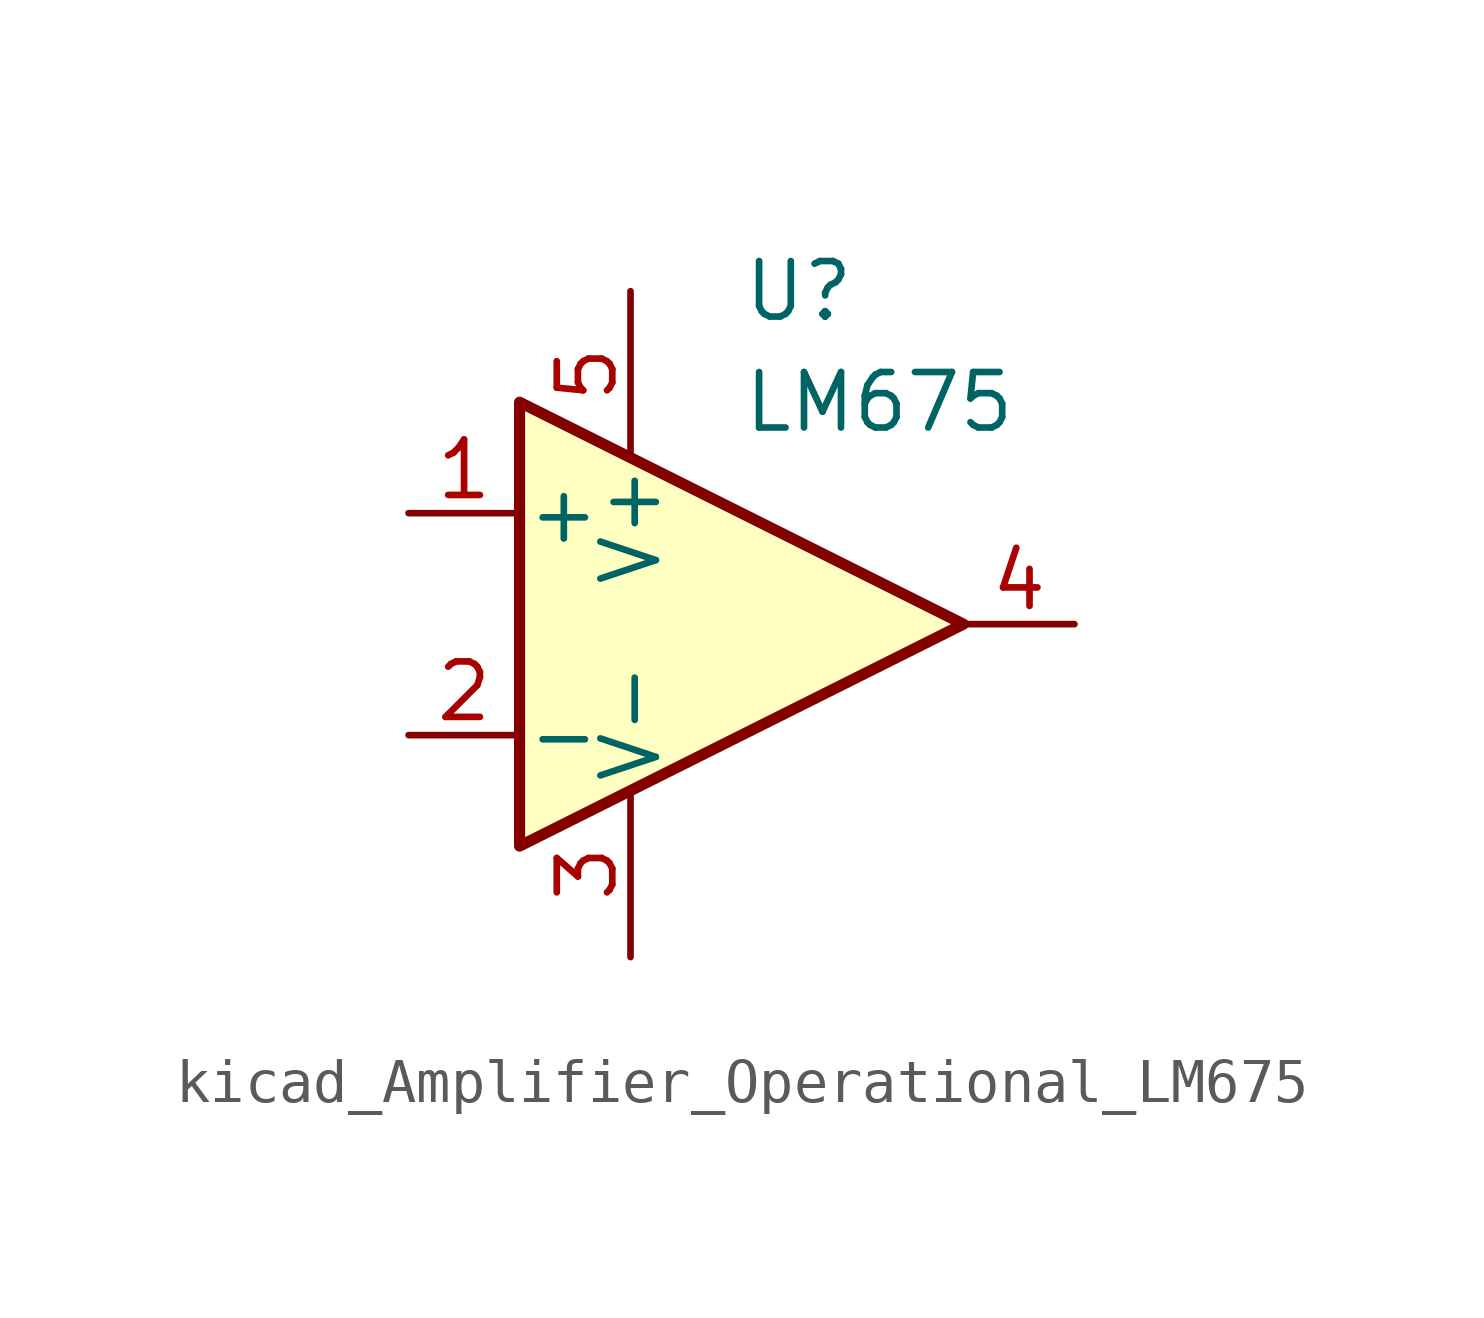
<source format=kicad_sym>
(kicad_symbol_lib
  (version 20220914)
  (generator kicad_symbol_editor)
  (symbol "kicad_Amplifier_Operational_LM675"
    (pin_names
      (offset 0.127))
    (property "Reference" "U"
      (at 0 7.62 0)
      (effects (font (size 1.27 1.27)) (justify left)))
    (property "Value" "LM675"
      (at 0 5.08 0)
      (effects (font (size 1.27 1.27)) (justify left)))
    (symbol "kicad_Amplifier_Operational_LM675_0_1"
      (polyline (pts (xy -5.08 5.08) (xy 5.08 0) (xy -5.08 -5.08) (xy -5.08 5.08)) (stroke (width 0.254) (type default)) (fill (type background))))
    (symbol "kicad_Amplifier_Operational_LM675_1_1"
      (pin input line (at -7.62 2.54 0) (length 2.54) (name "+" (effects (font (size 1.27 1.27)))) (number "1" (effects (font (size 1.27 1.27)))))
      (pin input line (at -7.62 -2.54 0) (length 2.54) (name "-" (effects (font (size 1.27 1.27)))) (number "2" (effects (font (size 1.27 1.27)))))
      (pin power_in line (at -2.54 -7.62 90) (length 3.81) (name "V-" (effects (font (size 1.27 1.27)))) (number "3" (effects (font (size 1.27 1.27)))))
      (pin output line (at 7.62 0 180) (length 2.54) (name "~" (effects (font (size 1.27 1.27)))) (number "4" (effects (font (size 1.27 1.27)))))
      (pin power_in line (at -2.54 7.62 270) (length 3.81) (name "V+" (effects (font (size 1.27 1.27)))) (number "5" (effects (font (size 1.27 1.27))))))))
</source>
